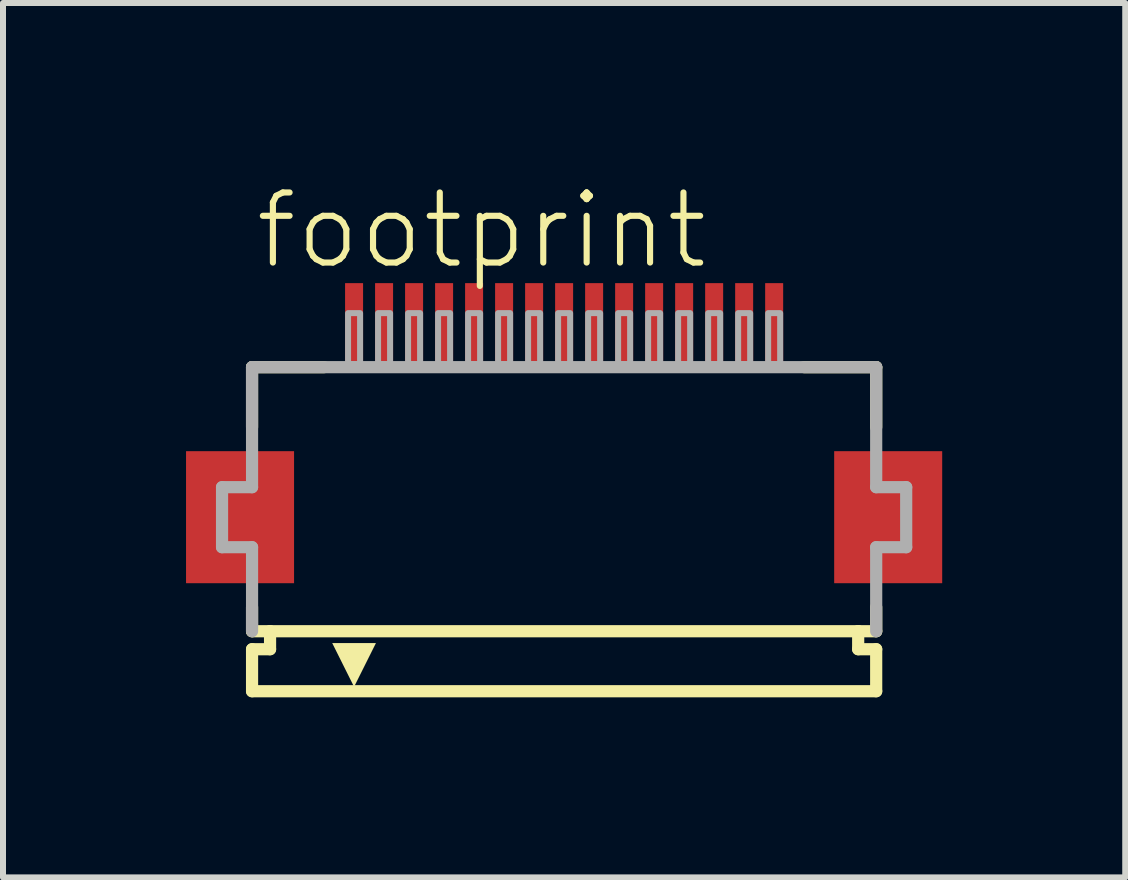
<source format=kicad_pcb>
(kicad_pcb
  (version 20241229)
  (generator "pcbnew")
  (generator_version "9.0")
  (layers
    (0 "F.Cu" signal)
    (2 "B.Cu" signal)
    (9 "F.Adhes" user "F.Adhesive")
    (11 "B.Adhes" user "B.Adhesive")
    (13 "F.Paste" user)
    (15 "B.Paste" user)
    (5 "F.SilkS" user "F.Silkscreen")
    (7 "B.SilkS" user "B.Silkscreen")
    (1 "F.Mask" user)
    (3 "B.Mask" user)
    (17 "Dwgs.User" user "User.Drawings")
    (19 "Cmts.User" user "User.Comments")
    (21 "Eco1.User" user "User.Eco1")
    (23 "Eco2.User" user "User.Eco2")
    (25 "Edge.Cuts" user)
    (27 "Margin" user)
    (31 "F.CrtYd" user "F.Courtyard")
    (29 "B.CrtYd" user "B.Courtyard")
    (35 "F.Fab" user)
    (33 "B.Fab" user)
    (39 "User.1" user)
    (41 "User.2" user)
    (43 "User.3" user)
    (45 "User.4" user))
  (footprint "footprint"
    (layer "F.Cu")
    (at 6.35 5.568)
    (property "Reference" "footprint" (at -5.198 -4.095 0) (layer "F.SilkS") (effects (font (size 1.168 1.168) (thickness 0.102)) (justify left bottom)))
    (fp_poly (pts (xy -4.5 -1.1) (xy -6.3 -1.1) (xy -6.3 1.1) (xy -4.5 1.1)) (stroke (width 0) (type solid)) (fill yes) (layer "F.Cu"))
    (fp_poly (pts (xy 6.3 -1.1) (xy 4.5 -1.1) (xy 4.5 1.1) (xy 6.3 1.1)) (stroke (width 0) (type solid)) (fill yes) (layer "F.Cu"))
    (fp_poly (pts (xy -4.45 -1.175) (xy -6.35 -1.175) (xy -6.35 1.175) (xy -4.45 1.175)) (stroke (width 0) (type solid)) (fill yes) (layer "F.Mask"))
    (fp_poly (pts (xy -3.7 -2.55) (xy -3.3 -2.55) (xy -3.3 -3.95) (xy -3.7 -3.95)) (stroke (width 0) (type solid)) (fill yes) (layer "F.Mask"))
    (fp_poly (pts (xy -3.2 -2.55) (xy -2.8 -2.55) (xy -2.8 -3.95) (xy -3.2 -3.95)) (stroke (width 0) (type solid)) (fill yes) (layer "F.Mask"))
    (fp_poly (pts (xy -2.7 -2.55) (xy -2.3 -2.55) (xy -2.3 -3.95) (xy -2.7 -3.95)) (stroke (width 0) (type solid)) (fill yes) (layer "F.Mask"))
    (fp_poly (pts (xy -2.2 -2.55) (xy -1.8 -2.55) (xy -1.8 -3.95) (xy -2.2 -3.95)) (stroke (width 0) (type solid)) (fill yes) (layer "F.Mask"))
    (fp_poly (pts (xy -1.7 -2.55) (xy -1.3 -2.55) (xy -1.3 -3.95) (xy -1.7 -3.95)) (stroke (width 0) (type solid)) (fill yes) (layer "F.Mask"))
    (fp_poly (pts (xy -1.2 -2.55) (xy -0.8 -2.55) (xy -0.8 -3.95) (xy -1.2 -3.95)) (stroke (width 0) (type solid)) (fill yes) (layer "F.Mask"))
    (fp_poly (pts (xy -0.7 -2.55) (xy -0.3 -2.55) (xy -0.3 -3.95) (xy -0.7 -3.95)) (stroke (width 0) (type solid)) (fill yes) (layer "F.Mask"))
    (fp_poly (pts (xy -0.2 -2.55) (xy 0.2 -2.55) (xy 0.2 -3.95) (xy -0.2 -3.95)) (stroke (width 0) (type solid)) (fill yes) (layer "F.Mask"))
    (fp_poly (pts (xy 0.3 -2.55) (xy 0.7 -2.55) (xy 0.7 -3.95) (xy 0.3 -3.95)) (stroke (width 0) (type solid)) (fill yes) (layer "F.Mask"))
    (fp_poly (pts (xy 0.8 -2.55) (xy 1.2 -2.55) (xy 1.2 -3.95) (xy 0.8 -3.95)) (stroke (width 0) (type solid)) (fill yes) (layer "F.Mask"))
    (fp_poly (pts (xy 1.3 -2.55) (xy 1.7 -2.55) (xy 1.7 -3.95) (xy 1.3 -3.95)) (stroke (width 0) (type solid)) (fill yes) (layer "F.Mask"))
    (fp_poly (pts (xy 1.8 -2.55) (xy 2.2 -2.55) (xy 2.2 -3.95) (xy 1.8 -3.95)) (stroke (width 0) (type solid)) (fill yes) (layer "F.Mask"))
    (fp_poly (pts (xy 2.3 -2.55) (xy 2.7 -2.55) (xy 2.7 -3.95) (xy 2.3 -3.95)) (stroke (width 0) (type solid)) (fill yes) (layer "F.Mask"))
    (fp_poly (pts (xy 2.8 -2.55) (xy 3.2 -2.55) (xy 3.2 -3.95) (xy 2.8 -3.95)) (stroke (width 0) (type solid)) (fill yes) (layer "F.Mask"))
    (fp_poly (pts (xy 3.3 -2.55) (xy 3.7 -2.55) (xy 3.7 -3.95) (xy 3.3 -3.95)) (stroke (width 0) (type solid)) (fill yes) (layer "F.Mask"))
    (fp_poly (pts (xy 6.35 -1.175) (xy 4.45 -1.175) (xy 4.45 1.175) (xy 6.35 1.175)) (stroke (width 0) (type solid)) (fill yes) (layer "F.Mask"))
    (fp_line (start -5.2 -2.5) (end -5.2 -1.5) (stroke (width 0.203) (type solid)) (layer "F.SilkS"))
    (fp_line (start -5.2 1.5) (end -5.2 1.9) (stroke (width 0.203) (type solid)) (layer "F.SilkS"))
    (fp_line (start -5.2 1.9) (end -4.9 1.9) (stroke (width 0.203) (type solid)) (layer "F.SilkS"))
    (fp_line (start -5.2 2.2) (end -5.2 2.9) (stroke (width 0.203) (type solid)) (layer "F.SilkS"))
    (fp_line (start -4.9 1.9) (end -4.9 2.2) (stroke (width 0.203) (type solid)) (layer "F.SilkS"))
    (fp_line (start -4.9 2.2) (end -5.2 2.2) (stroke (width 0.203) (type solid)) (layer "F.SilkS"))
    (fp_line (start -4 -2.5) (end -5.2 -2.5) (stroke (width 0.203) (type solid)) (layer "F.SilkS"))
    (fp_line (start 4.9 1.9) (end -4.9 1.9) (stroke (width 0.203) (type solid)) (layer "F.SilkS"))
    (fp_line (start 4.9 1.9) (end 5.2 1.9) (stroke (width 0.203) (type solid)) (layer "F.SilkS"))
    (fp_line (start 4.9 2.2) (end 4.9 1.9) (stroke (width 0.203) (type solid)) (layer "F.SilkS"))
    (fp_line (start 5.2 -2.5) (end 4 -2.5) (stroke (width 0.203) (type solid)) (layer "F.SilkS"))
    (fp_line (start 5.2 -1.5) (end 5.2 -2.5) (stroke (width 0.203) (type solid)) (layer "F.SilkS"))
    (fp_line (start 5.2 1.9) (end 5.2 1.5) (stroke (width 0.203) (type solid)) (layer "F.SilkS"))
    (fp_line (start 5.2 2.2) (end 4.9 2.2) (stroke (width 0.203) (type solid)) (layer "F.SilkS"))
    (fp_line (start 5.2 2.9) (end -5.2 2.9) (stroke (width 0.203) (type solid)) (layer "F.SilkS"))
    (fp_line (start 5.2 2.9) (end 5.2 2.2) (stroke (width 0.203) (type solid)) (layer "F.SilkS"))
    (fp_poly (pts (xy -3.5 2.827) (xy -3.864 2.098) (xy -3.136 2.098)) (stroke (width 0) (type solid)) (fill yes) (layer "F.SilkS"))
    (fp_poly (pts (xy -4.575 -1.025) (xy -6.225 -1.025) (xy -6.225 1.025) (xy -4.575 1.025)) (stroke (width 0) (type solid)) (fill yes) (layer "F.Paste"))
    (fp_poly (pts (xy -3.625 -2.625) (xy -3.375 -2.625) (xy -3.375 -3.875) (xy -3.625 -3.875)) (stroke (width 0) (type solid)) (fill yes) (layer "F.Paste"))
    (fp_poly (pts (xy -3.125 -2.625) (xy -2.875 -2.625) (xy -2.875 -3.875) (xy -3.125 -3.875)) (stroke (width 0) (type solid)) (fill yes) (layer "F.Paste"))
    (fp_poly (pts (xy -2.625 -2.625) (xy -2.375 -2.625) (xy -2.375 -3.875) (xy -2.625 -3.875)) (stroke (width 0) (type solid)) (fill yes) (layer "F.Paste"))
    (fp_poly (pts (xy -2.125 -2.625) (xy -1.875 -2.625) (xy -1.875 -3.875) (xy -2.125 -3.875)) (stroke (width 0) (type solid)) (fill yes) (layer "F.Paste"))
    (fp_poly (pts (xy -1.625 -2.625) (xy -1.375 -2.625) (xy -1.375 -3.875) (xy -1.625 -3.875)) (stroke (width 0) (type solid)) (fill yes) (layer "F.Paste"))
    (fp_poly (pts (xy -1.125 -2.625) (xy -0.875 -2.625) (xy -0.875 -3.875) (xy -1.125 -3.875)) (stroke (width 0) (type solid)) (fill yes) (layer "F.Paste"))
    (fp_poly (pts (xy -0.625 -2.625) (xy -0.375 -2.625) (xy -0.375 -3.875) (xy -0.625 -3.875)) (stroke (width 0) (type solid)) (fill yes) (layer "F.Paste"))
    (fp_poly (pts (xy -0.125 -2.625) (xy 0.125 -2.625) (xy 0.125 -3.875) (xy -0.125 -3.875)) (stroke (width 0) (type solid)) (fill yes) (layer "F.Paste"))
    (fp_poly (pts (xy 0.375 -2.625) (xy 0.625 -2.625) (xy 0.625 -3.875) (xy 0.375 -3.875)) (stroke (width 0) (type solid)) (fill yes) (layer "F.Paste"))
    (fp_poly (pts (xy 0.875 -2.625) (xy 1.125 -2.625) (xy 1.125 -3.875) (xy 0.875 -3.875)) (stroke (width 0) (type solid)) (fill yes) (layer "F.Paste"))
    (fp_poly (pts (xy 1.375 -2.625) (xy 1.625 -2.625) (xy 1.625 -3.875) (xy 1.375 -3.875)) (stroke (width 0) (type solid)) (fill yes) (layer "F.Paste"))
    (fp_poly (pts (xy 1.875 -2.625) (xy 2.125 -2.625) (xy 2.125 -3.875) (xy 1.875 -3.875)) (stroke (width 0) (type solid)) (fill yes) (layer "F.Paste"))
    (fp_poly (pts (xy 2.375 -2.625) (xy 2.625 -2.625) (xy 2.625 -3.875) (xy 2.375 -3.875)) (stroke (width 0) (type solid)) (fill yes) (layer "F.Paste"))
    (fp_poly (pts (xy 2.875 -2.625) (xy 3.125 -2.625) (xy 3.125 -3.875) (xy 2.875 -3.875)) (stroke (width 0) (type solid)) (fill yes) (layer "F.Paste"))
    (fp_poly (pts (xy 3.375 -2.625) (xy 3.625 -2.625) (xy 3.625 -3.875) (xy 3.375 -3.875)) (stroke (width 0) (type solid)) (fill yes) (layer "F.Paste"))
    (fp_poly (pts (xy 6.225 -1.025) (xy 4.575 -1.025) (xy 4.575 1.025) (xy 6.225 1.025)) (stroke (width 0) (type solid)) (fill yes) (layer "F.Paste"))
    (fp_line (start -5.7 -0.5) (end -5.7 0.5) (stroke (width 0.203) (type solid)) (layer "F.Fab"))
    (fp_line (start -5.7 0.5) (end -5.2 0.5) (stroke (width 0.203) (type solid)) (layer "F.Fab"))
    (fp_line (start -5.2 -2.5) (end -5.2 -0.5) (stroke (width 0.203) (type solid)) (layer "F.Fab"))
    (fp_line (start -5.2 -0.5) (end -5.7 -0.5) (stroke (width 0.203) (type solid)) (layer "F.Fab"))
    (fp_line (start -5.2 0.5) (end -5.2 1.9) (stroke (width 0.203) (type solid)) (layer "F.Fab"))
    (fp_line (start 5.2 -2.5) (end -5.2 -2.5) (stroke (width 0.203) (type solid)) (layer "F.Fab"))
    (fp_line (start 5.2 -0.5) (end 5.2 -2.5) (stroke (width 0.203) (type solid)) (layer "F.Fab"))
    (fp_line (start 5.2 0.5) (end 5.7 0.5) (stroke (width 0.203) (type solid)) (layer "F.Fab"))
    (fp_line (start 5.2 1.9) (end 5.2 0.5) (stroke (width 0.203) (type solid)) (layer "F.Fab"))
    (fp_line (start 5.7 -0.5) (end 5.2 -0.5) (stroke (width 0.203) (type solid)) (layer "F.Fab"))
    (fp_line (start 5.7 0.5) (end 5.7 -0.5) (stroke (width 0.203) (type solid)) (layer "F.Fab"))
    (fp_poly (pts (xy -3.6 -2.55) (xy -3.4 -2.55) (xy -3.4 -3.4) (xy -3.6 -3.4)) (stroke (width 0.1) (type solid)) (fill no) (layer "F.Fab"))
    (fp_poly (pts (xy -3.1 -2.55) (xy -2.9 -2.55) (xy -2.9 -3.4) (xy -3.1 -3.4)) (stroke (width 0.1) (type solid)) (fill no) (layer "F.Fab"))
    (fp_poly (pts (xy -2.6 -2.55) (xy -2.4 -2.55) (xy -2.4 -3.4) (xy -2.6 -3.4)) (stroke (width 0.1) (type solid)) (fill no) (layer "F.Fab"))
    (fp_poly (pts (xy -2.1 -2.55) (xy -1.9 -2.55) (xy -1.9 -3.4) (xy -2.1 -3.4)) (stroke (width 0.1) (type solid)) (fill no) (layer "F.Fab"))
    (fp_poly (pts (xy -1.6 -2.55) (xy -1.4 -2.55) (xy -1.4 -3.4) (xy -1.6 -3.4)) (stroke (width 0.1) (type solid)) (fill no) (layer "F.Fab"))
    (fp_poly (pts (xy -1.1 -2.55) (xy -0.9 -2.55) (xy -0.9 -3.4) (xy -1.1 -3.4)) (stroke (width 0.1) (type solid)) (fill no) (layer "F.Fab"))
    (fp_poly (pts (xy -0.6 -2.55) (xy -0.4 -2.55) (xy -0.4 -3.4) (xy -0.6 -3.4)) (stroke (width 0.1) (type solid)) (fill no) (layer "F.Fab"))
    (fp_poly (pts (xy -0.1 -2.55) (xy 0.1 -2.55) (xy 0.1 -3.4) (xy -0.1 -3.4)) (stroke (width 0.1) (type solid)) (fill no) (layer "F.Fab"))
    (fp_poly (pts (xy 0.4 -2.55) (xy 0.6 -2.55) (xy 0.6 -3.4) (xy 0.4 -3.4)) (stroke (width 0.1) (type solid)) (fill no) (layer "F.Fab"))
    (fp_poly (pts (xy 0.9 -2.55) (xy 1.1 -2.55) (xy 1.1 -3.4) (xy 0.9 -3.4)) (stroke (width 0.1) (type solid)) (fill no) (layer "F.Fab"))
    (fp_poly (pts (xy 1.4 -2.55) (xy 1.6 -2.55) (xy 1.6 -3.4) (xy 1.4 -3.4)) (stroke (width 0.1) (type solid)) (fill no) (layer "F.Fab"))
    (fp_poly (pts (xy 1.9 -2.55) (xy 2.1 -2.55) (xy 2.1 -3.4) (xy 1.9 -3.4)) (stroke (width 0.1) (type solid)) (fill no) (layer "F.Fab"))
    (fp_poly (pts (xy 2.4 -2.55) (xy 2.6 -2.55) (xy 2.6 -3.4) (xy 2.4 -3.4)) (stroke (width 0.1) (type solid)) (fill no) (layer "F.Fab"))
    (fp_poly (pts (xy 2.9 -2.55) (xy 3.1 -2.55) (xy 3.1 -3.4) (xy 2.9 -3.4)) (stroke (width 0.1) (type solid)) (fill no) (layer "F.Fab"))
    (fp_poly (pts (xy 3.4 -2.55) (xy 3.6 -2.55) (xy 3.6 -3.4) (xy 3.4 -3.4)) (stroke (width 0.1) (type solid)) (fill no) (layer "F.Fab"))
    (pad "1" smd rect (at -3.5 -3.25) (size 0.3 1.3) (layers "F.Cu"))
    (pad "2" smd rect (at -3 -3.25) (size 0.3 1.3) (layers "F.Cu"))
    (pad "3" smd rect (at -2.5 -3.25) (size 0.3 1.3) (layers "F.Cu"))
    (pad "4" smd rect (at -2 -3.25) (size 0.3 1.3) (layers "F.Cu"))
    (pad "5" smd rect (at -1.5 -3.25) (size 0.3 1.3) (layers "F.Cu"))
    (pad "6" smd rect (at -1 -3.25) (size 0.3 1.3) (layers "F.Cu"))
    (pad "7" smd rect (at -0.5 -3.25) (size 0.3 1.3) (layers "F.Cu"))
    (pad "8" smd rect (at 0 -3.25) (size 0.3 1.3) (layers "F.Cu"))
    (pad "9" smd rect (at 0.5 -3.25) (size 0.3 1.3) (layers "F.Cu"))
    (pad "10" smd rect (at 1 -3.25) (size 0.3 1.3) (layers "F.Cu"))
    (pad "11" smd rect (at 1.5 -3.25) (size 0.3 1.3) (layers "F.Cu"))
    (pad "12" smd rect (at 2 -3.25) (size 0.3 1.3) (layers "F.Cu"))
    (pad "13" smd rect (at 2.5 -3.25) (size 0.3 1.3) (layers "F.Cu"))
    (pad "14" smd rect (at 3 -3.25) (size 0.3 1.3) (layers "F.Cu"))
    (pad "15" smd rect (at 3.5 -3.25) (size 0.3 1.3) (layers "F.Cu")))
  (gr_rect
    (start -3 -3)
    (end 15.7 11.57)
    (stroke (width 0.1) (type default))
    (fill no)
    (layer "Edge.Cuts")))
</source>
